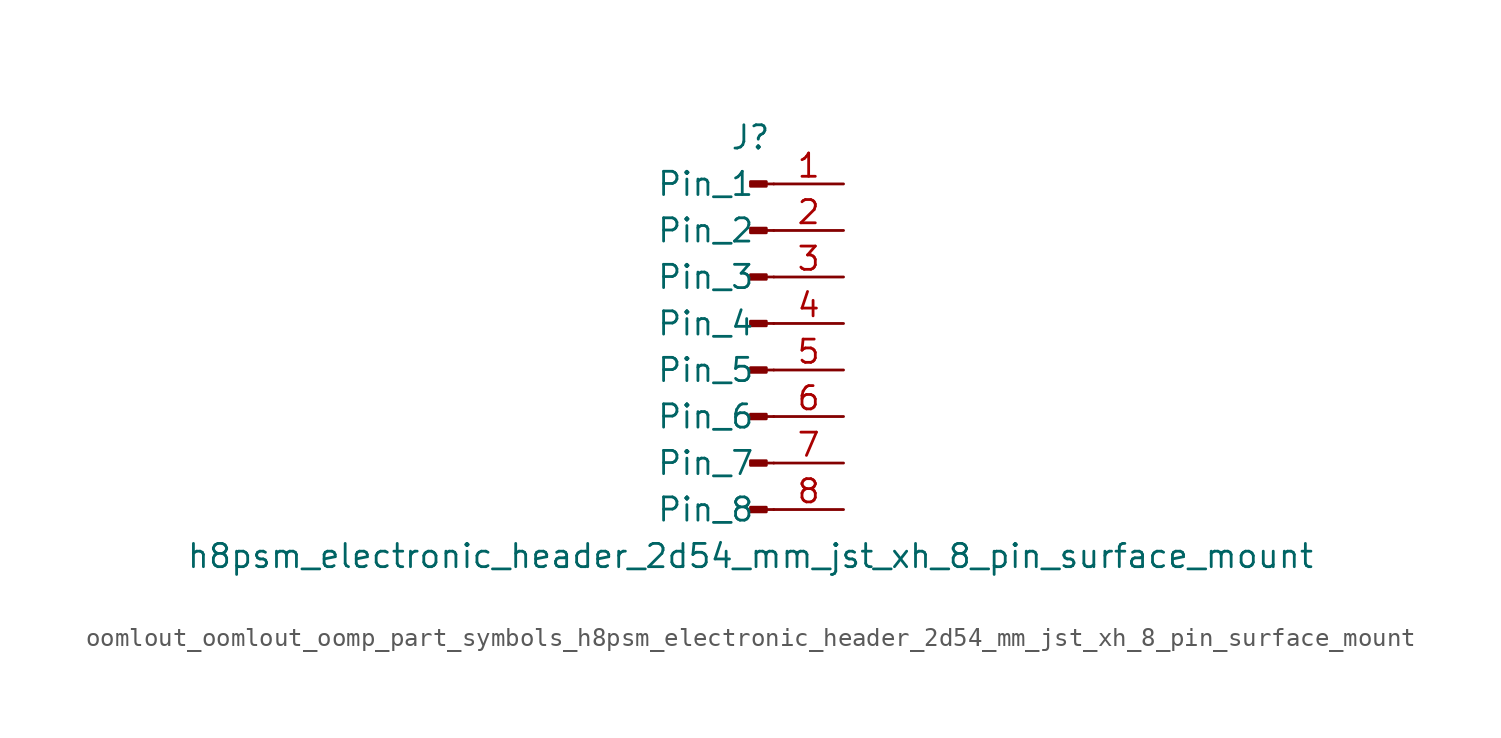
<source format=kicad_sym>
(kicad_symbol_lib
  (version 20220914)
  (generator kicad_symbol_editor)
  (symbol "oomlout_oomlout_oomp_part_symbols_h8psm_electronic_header_2d54_mm_jst_xh_8_pin_surface_mount"
    (pin_names
      (offset 1.016))
    (property "Reference" "J"
      (at 0 10.16 0)
      (effects (font (size 1.27 1.27))))
    (property "Value" "h8psm_electronic_header_2d54_mm_jst_xh_8_pin_surface_mount"
      (at 0 -12.7 0)
      (effects (font (size 1.27 1.27))))
    (property "ki_locked" ""
      (at 0 0 0)
      (effects (font (size 1.27 1.27))))
    (symbol "oomlout_oomlout_oomp_part_symbols_h8psm_electronic_header_2d54_mm_jst_xh_8_pin_surface_mount_1_1"
      (polyline (pts (xy 1.27 -10.16) (xy 0.864 -10.16)) (stroke (width 0.152) (type default)) (fill (type none)))
      (polyline (pts (xy 1.27 -7.62) (xy 0.864 -7.62)) (stroke (width 0.152) (type default)) (fill (type none)))
      (polyline (pts (xy 1.27 -5.08) (xy 0.864 -5.08)) (stroke (width 0.152) (type default)) (fill (type none)))
      (polyline (pts (xy 1.27 -2.54) (xy 0.864 -2.54)) (stroke (width 0.152) (type default)) (fill (type none)))
      (polyline (pts (xy 1.27 0) (xy 0.864 0)) (stroke (width 0.152) (type default)) (fill (type none)))
      (polyline (pts (xy 1.27 2.54) (xy 0.864 2.54)) (stroke (width 0.152) (type default)) (fill (type none)))
      (polyline (pts (xy 1.27 5.08) (xy 0.864 5.08)) (stroke (width 0.152) (type default)) (fill (type none)))
      (polyline (pts (xy 1.27 7.62) (xy 0.864 7.62)) (stroke (width 0.152) (type default)) (fill (type none)))
      (rectangle (start 0.864 -10.033) (end 0 -10.287) (stroke (width 0.152) (type default)) (fill (type outline)))
      (rectangle (start 0.864 -7.493) (end 0 -7.747) (stroke (width 0.152) (type default)) (fill (type outline)))
      (rectangle (start 0.864 -4.953) (end 0 -5.207) (stroke (width 0.152) (type default)) (fill (type outline)))
      (rectangle (start 0.864 -2.413) (end 0 -2.667) (stroke (width 0.152) (type default)) (fill (type outline)))
      (rectangle (start 0.864 0.127) (end 0 -0.127) (stroke (width 0.152) (type default)) (fill (type outline)))
      (rectangle (start 0.864 2.667) (end 0 2.413) (stroke (width 0.152) (type default)) (fill (type outline)))
      (rectangle (start 0.864 5.207) (end 0 4.953) (stroke (width 0.152) (type default)) (fill (type outline)))
      (rectangle (start 0.864 7.747) (end 0 7.493) (stroke (width 0.152) (type default)) (fill (type outline)))
      (pin passive line (at 5.08 7.62 180) (length 3.81) (name "Pin_1" (effects (font (size 1.27 1.27)))) (number "1" (effects (font (size 1.27 1.27)))))
      (pin passive line (at 5.08 5.08 180) (length 3.81) (name "Pin_2" (effects (font (size 1.27 1.27)))) (number "2" (effects (font (size 1.27 1.27)))))
      (pin passive line (at 5.08 2.54 180) (length 3.81) (name "Pin_3" (effects (font (size 1.27 1.27)))) (number "3" (effects (font (size 1.27 1.27)))))
      (pin passive line (at 5.08 0 180) (length 3.81) (name "Pin_4" (effects (font (size 1.27 1.27)))) (number "4" (effects (font (size 1.27 1.27)))))
      (pin passive line (at 5.08 -2.54 180) (length 3.81) (name "Pin_5" (effects (font (size 1.27 1.27)))) (number "5" (effects (font (size 1.27 1.27)))))
      (pin passive line (at 5.08 -5.08 180) (length 3.81) (name "Pin_6" (effects (font (size 1.27 1.27)))) (number "6" (effects (font (size 1.27 1.27)))))
      (pin passive line (at 5.08 -7.62 180) (length 3.81) (name "Pin_7" (effects (font (size 1.27 1.27)))) (number "7" (effects (font (size 1.27 1.27)))))
      (pin passive line (at 5.08 -10.16 180) (length 3.81) (name "Pin_8" (effects (font (size 1.27 1.27)))) (number "8" (effects (font (size 1.27 1.27))))))))
</source>
